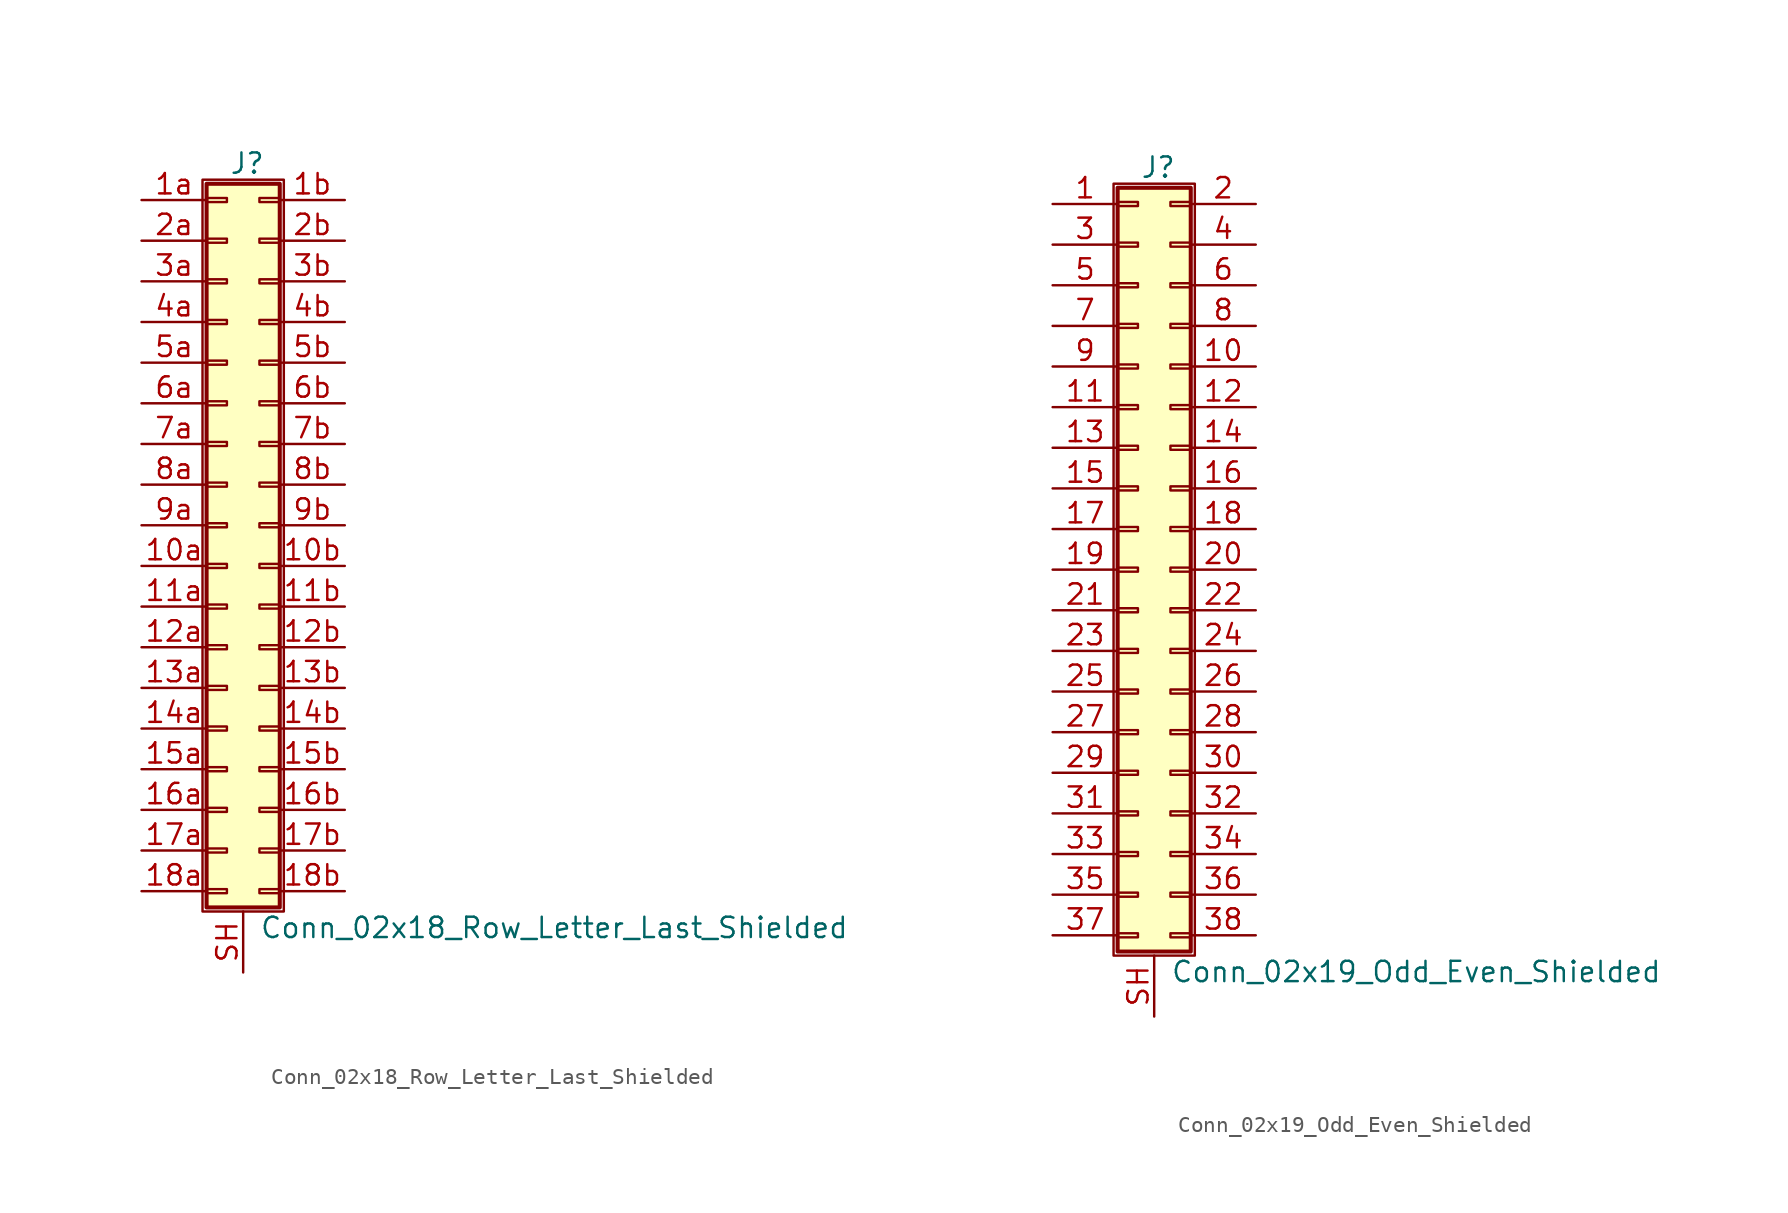
<source format=kicad_sym>
(kicad_symbol_lib
  (version 20201005)
  (generator kicad_symbol_editor)
  (symbol "Conn_02x18_Row_Letter_Last_Shielded"
    (pin_names
      (offset 1.016) hide)
    (property "Reference" "J"
      (at 1.524 22.606 0)
      (effects (font (size 1.27 1.27))))
    (property "Value" "Conn_02x18_Row_Letter_Last_Shielded"
      (at 2.286 -25.146 0)
      (effects (font (size 1.27 1.27)) (justify left)))
    (symbol "Conn_02x18_Row_Letter_Last_Shielded_1_1"
      (rectangle (start -1.27 21.59) (end 3.81 -24.13) (stroke (width 0.152)) (fill (type none)))
      (rectangle (start -1.016 -22.733) (end 0.254 -22.987) (stroke (width 0.152)) (fill (type none)))
      (rectangle (start -1.016 -20.193) (end 0.254 -20.447) (stroke (width 0.152)) (fill (type none)))
      (rectangle (start -1.016 -17.653) (end 0.254 -17.907) (stroke (width 0.152)) (fill (type none)))
      (rectangle (start -1.016 -15.113) (end 0.254 -15.367) (stroke (width 0.152)) (fill (type none)))
      (rectangle (start -1.016 -12.573) (end 0.254 -12.827) (stroke (width 0.152)) (fill (type none)))
      (rectangle (start -1.016 -10.033) (end 0.254 -10.287) (stroke (width 0.152)) (fill (type none)))
      (rectangle (start -1.016 -7.493) (end 0.254 -7.747) (stroke (width 0.152)) (fill (type none)))
      (rectangle (start -1.016 -4.953) (end 0.254 -5.207) (stroke (width 0.152)) (fill (type none)))
      (rectangle (start -1.016 -2.413) (end 0.254 -2.667) (stroke (width 0.152)) (fill (type none)))
      (rectangle (start -1.016 0.127) (end 0.254 -0.127) (stroke (width 0.152)) (fill (type none)))
      (rectangle (start -1.016 2.667) (end 0.254 2.413) (stroke (width 0.152)) (fill (type none)))
      (rectangle (start -1.016 5.207) (end 0.254 4.953) (stroke (width 0.152)) (fill (type none)))
      (rectangle (start -1.016 7.747) (end 0.254 7.493) (stroke (width 0.152)) (fill (type none)))
      (rectangle (start -1.016 10.287) (end 0.254 10.033) (stroke (width 0.152)) (fill (type none)))
      (rectangle (start -1.016 12.827) (end 0.254 12.573) (stroke (width 0.152)) (fill (type none)))
      (rectangle (start -1.016 15.367) (end 0.254 15.113) (stroke (width 0.152)) (fill (type none)))
      (rectangle (start -1.016 17.907) (end 0.254 17.653) (stroke (width 0.152)) (fill (type none)))
      (rectangle (start -1.016 20.447) (end 0.254 20.193) (stroke (width 0.152)) (fill (type none)))
      (rectangle (start -1.016 21.336) (end 3.556 -23.876) (stroke (width 0.254)) (fill (type background)))
      (rectangle (start 3.556 -22.733) (end 2.286 -22.987) (stroke (width 0.152)) (fill (type none)))
      (rectangle (start 3.556 -20.193) (end 2.286 -20.447) (stroke (width 0.152)) (fill (type none)))
      (rectangle (start 3.556 -17.653) (end 2.286 -17.907) (stroke (width 0.152)) (fill (type none)))
      (rectangle (start 3.556 -15.113) (end 2.286 -15.367) (stroke (width 0.152)) (fill (type none)))
      (rectangle (start 3.556 -12.573) (end 2.286 -12.827) (stroke (width 0.152)) (fill (type none)))
      (rectangle (start 3.556 -10.033) (end 2.286 -10.287) (stroke (width 0.152)) (fill (type none)))
      (rectangle (start 3.556 -7.493) (end 2.286 -7.747) (stroke (width 0.152)) (fill (type none)))
      (rectangle (start 3.556 -4.953) (end 2.286 -5.207) (stroke (width 0.152)) (fill (type none)))
      (rectangle (start 3.556 -2.413) (end 2.286 -2.667) (stroke (width 0.152)) (fill (type none)))
      (rectangle (start 3.556 0.127) (end 2.286 -0.127) (stroke (width 0.152)) (fill (type none)))
      (rectangle (start 3.556 2.667) (end 2.286 2.413) (stroke (width 0.152)) (fill (type none)))
      (rectangle (start 3.556 5.207) (end 2.286 4.953) (stroke (width 0.152)) (fill (type none)))
      (rectangle (start 3.556 7.747) (end 2.286 7.493) (stroke (width 0.152)) (fill (type none)))
      (rectangle (start 3.556 10.287) (end 2.286 10.033) (stroke (width 0.152)) (fill (type none)))
      (rectangle (start 3.556 12.827) (end 2.286 12.573) (stroke (width 0.152)) (fill (type none)))
      (rectangle (start 3.556 15.367) (end 2.286 15.113) (stroke (width 0.152)) (fill (type none)))
      (rectangle (start 3.556 17.907) (end 2.286 17.653) (stroke (width 0.152)) (fill (type none)))
      (rectangle (start 3.556 20.447) (end 2.286 20.193) (stroke (width 0.152)) (fill (type none)))
      (pin passive line (at -5.08 -2.54 0) (length 4.064) (name "Pin_10a" (effects (font (size 1.27 1.27)))) (number "10a" (effects (font (size 1.27 1.27)))))
      (pin passive line (at 7.62 -2.54 180) (length 4.064) (name "Pin_10b" (effects (font (size 1.27 1.27)))) (number "10b" (effects (font (size 1.27 1.27)))))
      (pin passive line (at -5.08 -5.08 0) (length 4.064) (name "Pin_11a" (effects (font (size 1.27 1.27)))) (number "11a" (effects (font (size 1.27 1.27)))))
      (pin passive line (at 7.62 -5.08 180) (length 4.064) (name "Pin_11b" (effects (font (size 1.27 1.27)))) (number "11b" (effects (font (size 1.27 1.27)))))
      (pin passive line (at -5.08 -7.62 0) (length 4.064) (name "Pin_12a" (effects (font (size 1.27 1.27)))) (number "12a" (effects (font (size 1.27 1.27)))))
      (pin passive line (at 7.62 -7.62 180) (length 4.064) (name "Pin_12b" (effects (font (size 1.27 1.27)))) (number "12b" (effects (font (size 1.27 1.27)))))
      (pin passive line (at -5.08 -10.16 0) (length 4.064) (name "Pin_13a" (effects (font (size 1.27 1.27)))) (number "13a" (effects (font (size 1.27 1.27)))))
      (pin passive line (at 7.62 -10.16 180) (length 4.064) (name "Pin_13b" (effects (font (size 1.27 1.27)))) (number "13b" (effects (font (size 1.27 1.27)))))
      (pin passive line (at -5.08 -12.7 0) (length 4.064) (name "Pin_14a" (effects (font (size 1.27 1.27)))) (number "14a" (effects (font (size 1.27 1.27)))))
      (pin passive line (at 7.62 -12.7 180) (length 4.064) (name "Pin_14b" (effects (font (size 1.27 1.27)))) (number "14b" (effects (font (size 1.27 1.27)))))
      (pin passive line (at -5.08 -15.24 0) (length 4.064) (name "Pin_15a" (effects (font (size 1.27 1.27)))) (number "15a" (effects (font (size 1.27 1.27)))))
      (pin passive line (at 7.62 -15.24 180) (length 4.064) (name "Pin_15b" (effects (font (size 1.27 1.27)))) (number "15b" (effects (font (size 1.27 1.27)))))
      (pin passive line (at -5.08 -17.78 0) (length 4.064) (name "Pin_16a" (effects (font (size 1.27 1.27)))) (number "16a" (effects (font (size 1.27 1.27)))))
      (pin passive line (at 7.62 -17.78 180) (length 4.064) (name "Pin_16b" (effects (font (size 1.27 1.27)))) (number "16b" (effects (font (size 1.27 1.27)))))
      (pin passive line (at -5.08 -20.32 0) (length 4.064) (name "Pin_17a" (effects (font (size 1.27 1.27)))) (number "17a" (effects (font (size 1.27 1.27)))))
      (pin passive line (at 7.62 -20.32 180) (length 4.064) (name "Pin_17b" (effects (font (size 1.27 1.27)))) (number "17b" (effects (font (size 1.27 1.27)))))
      (pin passive line (at -5.08 -22.86 0) (length 4.064) (name "Pin_18a" (effects (font (size 1.27 1.27)))) (number "18a" (effects (font (size 1.27 1.27)))))
      (pin passive line (at 7.62 -22.86 180) (length 4.064) (name "Pin_18b" (effects (font (size 1.27 1.27)))) (number "18b" (effects (font (size 1.27 1.27)))))
      (pin passive line (at -5.08 20.32 0) (length 4.064) (name "Pin_1a" (effects (font (size 1.27 1.27)))) (number "1a" (effects (font (size 1.27 1.27)))))
      (pin passive line (at 7.62 20.32 180) (length 4.064) (name "Pin_1b" (effects (font (size 1.27 1.27)))) (number "1b" (effects (font (size 1.27 1.27)))))
      (pin passive line (at -5.08 17.78 0) (length 4.064) (name "Pin_2a" (effects (font (size 1.27 1.27)))) (number "2a" (effects (font (size 1.27 1.27)))))
      (pin passive line (at 7.62 17.78 180) (length 4.064) (name "Pin_2b" (effects (font (size 1.27 1.27)))) (number "2b" (effects (font (size 1.27 1.27)))))
      (pin passive line (at -5.08 15.24 0) (length 4.064) (name "Pin_3a" (effects (font (size 1.27 1.27)))) (number "3a" (effects (font (size 1.27 1.27)))))
      (pin passive line (at 7.62 15.24 180) (length 4.064) (name "Pin_3b" (effects (font (size 1.27 1.27)))) (number "3b" (effects (font (size 1.27 1.27)))))
      (pin passive line (at -5.08 12.7 0) (length 4.064) (name "Pin_4a" (effects (font (size 1.27 1.27)))) (number "4a" (effects (font (size 1.27 1.27)))))
      (pin passive line (at 7.62 12.7 180) (length 4.064) (name "Pin_4b" (effects (font (size 1.27 1.27)))) (number "4b" (effects (font (size 1.27 1.27)))))
      (pin passive line (at -5.08 10.16 0) (length 4.064) (name "Pin_5a" (effects (font (size 1.27 1.27)))) (number "5a" (effects (font (size 1.27 1.27)))))
      (pin passive line (at 7.62 10.16 180) (length 4.064) (name "Pin_5b" (effects (font (size 1.27 1.27)))) (number "5b" (effects (font (size 1.27 1.27)))))
      (pin passive line (at -5.08 7.62 0) (length 4.064) (name "Pin_6a" (effects (font (size 1.27 1.27)))) (number "6a" (effects (font (size 1.27 1.27)))))
      (pin passive line (at 7.62 7.62 180) (length 4.064) (name "Pin_6b" (effects (font (size 1.27 1.27)))) (number "6b" (effects (font (size 1.27 1.27)))))
      (pin passive line (at -5.08 5.08 0) (length 4.064) (name "Pin_7a" (effects (font (size 1.27 1.27)))) (number "7a" (effects (font (size 1.27 1.27)))))
      (pin passive line (at 7.62 5.08 180) (length 4.064) (name "Pin_7b" (effects (font (size 1.27 1.27)))) (number "7b" (effects (font (size 1.27 1.27)))))
      (pin passive line (at -5.08 2.54 0) (length 4.064) (name "Pin_8a" (effects (font (size 1.27 1.27)))) (number "8a" (effects (font (size 1.27 1.27)))))
      (pin passive line (at 7.62 2.54 180) (length 4.064) (name "Pin_8b" (effects (font (size 1.27 1.27)))) (number "8b" (effects (font (size 1.27 1.27)))))
      (pin passive line (at -5.08 0 0) (length 4.064) (name "Pin_9a" (effects (font (size 1.27 1.27)))) (number "9a" (effects (font (size 1.27 1.27)))))
      (pin passive line (at 7.62 0 180) (length 4.064) (name "Pin_9b" (effects (font (size 1.27 1.27)))) (number "9b" (effects (font (size 1.27 1.27)))))
      (pin passive line (at 1.27 -27.94 90) (length 3.81) (name "Shield" (effects (font (size 1.27 1.27)))) (number "SH" (effects (font (size 1.27 1.27)))))))
  (symbol "Conn_02x19_Odd_Even_Shielded"
    (pin_names
      (offset 1.016) hide)
    (property "Reference" "J"
      (at 1.524 25.146 0)
      (effects (font (size 1.27 1.27))))
    (property "Value" "Conn_02x19_Odd_Even_Shielded"
      (at 2.286 -25.146 0)
      (effects (font (size 1.27 1.27)) (justify left)))
    (symbol "Conn_02x19_Odd_Even_Shielded_1_1"
      (rectangle (start -1.27 24.13) (end 3.81 -24.13) (stroke (width 0.152)) (fill (type none)))
      (rectangle (start -1.016 -22.733) (end 0.254 -22.987) (stroke (width 0.152)) (fill (type none)))
      (rectangle (start -1.016 -20.193) (end 0.254 -20.447) (stroke (width 0.152)) (fill (type none)))
      (rectangle (start -1.016 -17.653) (end 0.254 -17.907) (stroke (width 0.152)) (fill (type none)))
      (rectangle (start -1.016 -15.113) (end 0.254 -15.367) (stroke (width 0.152)) (fill (type none)))
      (rectangle (start -1.016 -12.573) (end 0.254 -12.827) (stroke (width 0.152)) (fill (type none)))
      (rectangle (start -1.016 -10.033) (end 0.254 -10.287) (stroke (width 0.152)) (fill (type none)))
      (rectangle (start -1.016 -7.493) (end 0.254 -7.747) (stroke (width 0.152)) (fill (type none)))
      (rectangle (start -1.016 -4.953) (end 0.254 -5.207) (stroke (width 0.152)) (fill (type none)))
      (rectangle (start -1.016 -2.413) (end 0.254 -2.667) (stroke (width 0.152)) (fill (type none)))
      (rectangle (start -1.016 0.127) (end 0.254 -0.127) (stroke (width 0.152)) (fill (type none)))
      (rectangle (start -1.016 2.667) (end 0.254 2.413) (stroke (width 0.152)) (fill (type none)))
      (rectangle (start -1.016 5.207) (end 0.254 4.953) (stroke (width 0.152)) (fill (type none)))
      (rectangle (start -1.016 7.747) (end 0.254 7.493) (stroke (width 0.152)) (fill (type none)))
      (rectangle (start -1.016 10.287) (end 0.254 10.033) (stroke (width 0.152)) (fill (type none)))
      (rectangle (start -1.016 12.827) (end 0.254 12.573) (stroke (width 0.152)) (fill (type none)))
      (rectangle (start -1.016 15.367) (end 0.254 15.113) (stroke (width 0.152)) (fill (type none)))
      (rectangle (start -1.016 17.907) (end 0.254 17.653) (stroke (width 0.152)) (fill (type none)))
      (rectangle (start -1.016 20.447) (end 0.254 20.193) (stroke (width 0.152)) (fill (type none)))
      (rectangle (start -1.016 22.987) (end 0.254 22.733) (stroke (width 0.152)) (fill (type none)))
      (rectangle (start -1.016 23.876) (end 3.556 -23.876) (stroke (width 0.254)) (fill (type background)))
      (rectangle (start 3.556 -22.733) (end 2.286 -22.987) (stroke (width 0.152)) (fill (type none)))
      (rectangle (start 3.556 -20.193) (end 2.286 -20.447) (stroke (width 0.152)) (fill (type none)))
      (rectangle (start 3.556 -17.653) (end 2.286 -17.907) (stroke (width 0.152)) (fill (type none)))
      (rectangle (start 3.556 -15.113) (end 2.286 -15.367) (stroke (width 0.152)) (fill (type none)))
      (rectangle (start 3.556 -12.573) (end 2.286 -12.827) (stroke (width 0.152)) (fill (type none)))
      (rectangle (start 3.556 -10.033) (end 2.286 -10.287) (stroke (width 0.152)) (fill (type none)))
      (rectangle (start 3.556 -7.493) (end 2.286 -7.747) (stroke (width 0.152)) (fill (type none)))
      (rectangle (start 3.556 -4.953) (end 2.286 -5.207) (stroke (width 0.152)) (fill (type none)))
      (rectangle (start 3.556 -2.413) (end 2.286 -2.667) (stroke (width 0.152)) (fill (type none)))
      (rectangle (start 3.556 0.127) (end 2.286 -0.127) (stroke (width 0.152)) (fill (type none)))
      (rectangle (start 3.556 2.667) (end 2.286 2.413) (stroke (width 0.152)) (fill (type none)))
      (rectangle (start 3.556 5.207) (end 2.286 4.953) (stroke (width 0.152)) (fill (type none)))
      (rectangle (start 3.556 7.747) (end 2.286 7.493) (stroke (width 0.152)) (fill (type none)))
      (rectangle (start 3.556 10.287) (end 2.286 10.033) (stroke (width 0.152)) (fill (type none)))
      (rectangle (start 3.556 12.827) (end 2.286 12.573) (stroke (width 0.152)) (fill (type none)))
      (rectangle (start 3.556 15.367) (end 2.286 15.113) (stroke (width 0.152)) (fill (type none)))
      (rectangle (start 3.556 17.907) (end 2.286 17.653) (stroke (width 0.152)) (fill (type none)))
      (rectangle (start 3.556 20.447) (end 2.286 20.193) (stroke (width 0.152)) (fill (type none)))
      (rectangle (start 3.556 22.987) (end 2.286 22.733) (stroke (width 0.152)) (fill (type none)))
      (pin passive line (at -5.08 22.86 0) (length 4.064) (name "Pin_1" (effects (font (size 1.27 1.27)))) (number "1" (effects (font (size 1.27 1.27)))))
      (pin passive line (at 7.62 12.7 180) (length 4.064) (name "Pin_10" (effects (font (size 1.27 1.27)))) (number "10" (effects (font (size 1.27 1.27)))))
      (pin passive line (at -5.08 10.16 0) (length 4.064) (name "Pin_11" (effects (font (size 1.27 1.27)))) (number "11" (effects (font (size 1.27 1.27)))))
      (pin passive line (at 7.62 10.16 180) (length 4.064) (name "Pin_12" (effects (font (size 1.27 1.27)))) (number "12" (effects (font (size 1.27 1.27)))))
      (pin passive line (at -5.08 7.62 0) (length 4.064) (name "Pin_13" (effects (font (size 1.27 1.27)))) (number "13" (effects (font (size 1.27 1.27)))))
      (pin passive line (at 7.62 7.62 180) (length 4.064) (name "Pin_14" (effects (font (size 1.27 1.27)))) (number "14" (effects (font (size 1.27 1.27)))))
      (pin passive line (at -5.08 5.08 0) (length 4.064) (name "Pin_15" (effects (font (size 1.27 1.27)))) (number "15" (effects (font (size 1.27 1.27)))))
      (pin passive line (at 7.62 5.08 180) (length 4.064) (name "Pin_16" (effects (font (size 1.27 1.27)))) (number "16" (effects (font (size 1.27 1.27)))))
      (pin passive line (at -5.08 2.54 0) (length 4.064) (name "Pin_17" (effects (font (size 1.27 1.27)))) (number "17" (effects (font (size 1.27 1.27)))))
      (pin passive line (at 7.62 2.54 180) (length 4.064) (name "Pin_18" (effects (font (size 1.27 1.27)))) (number "18" (effects (font (size 1.27 1.27)))))
      (pin passive line (at -5.08 0 0) (length 4.064) (name "Pin_19" (effects (font (size 1.27 1.27)))) (number "19" (effects (font (size 1.27 1.27)))))
      (pin passive line (at 7.62 22.86 180) (length 4.064) (name "Pin_2" (effects (font (size 1.27 1.27)))) (number "2" (effects (font (size 1.27 1.27)))))
      (pin passive line (at 7.62 0 180) (length 4.064) (name "Pin_20" (effects (font (size 1.27 1.27)))) (number "20" (effects (font (size 1.27 1.27)))))
      (pin passive line (at -5.08 -2.54 0) (length 4.064) (name "Pin_21" (effects (font (size 1.27 1.27)))) (number "21" (effects (font (size 1.27 1.27)))))
      (pin passive line (at 7.62 -2.54 180) (length 4.064) (name "Pin_22" (effects (font (size 1.27 1.27)))) (number "22" (effects (font (size 1.27 1.27)))))
      (pin passive line (at -5.08 -5.08 0) (length 4.064) (name "Pin_23" (effects (font (size 1.27 1.27)))) (number "23" (effects (font (size 1.27 1.27)))))
      (pin passive line (at 7.62 -5.08 180) (length 4.064) (name "Pin_24" (effects (font (size 1.27 1.27)))) (number "24" (effects (font (size 1.27 1.27)))))
      (pin passive line (at -5.08 -7.62 0) (length 4.064) (name "Pin_25" (effects (font (size 1.27 1.27)))) (number "25" (effects (font (size 1.27 1.27)))))
      (pin passive line (at 7.62 -7.62 180) (length 4.064) (name "Pin_26" (effects (font (size 1.27 1.27)))) (number "26" (effects (font (size 1.27 1.27)))))
      (pin passive line (at -5.08 -10.16 0) (length 4.064) (name "Pin_27" (effects (font (size 1.27 1.27)))) (number "27" (effects (font (size 1.27 1.27)))))
      (pin passive line (at 7.62 -10.16 180) (length 4.064) (name "Pin_28" (effects (font (size 1.27 1.27)))) (number "28" (effects (font (size 1.27 1.27)))))
      (pin passive line (at -5.08 -12.7 0) (length 4.064) (name "Pin_29" (effects (font (size 1.27 1.27)))) (number "29" (effects (font (size 1.27 1.27)))))
      (pin passive line (at -5.08 20.32 0) (length 4.064) (name "Pin_3" (effects (font (size 1.27 1.27)))) (number "3" (effects (font (size 1.27 1.27)))))
      (pin passive line (at 7.62 -12.7 180) (length 4.064) (name "Pin_30" (effects (font (size 1.27 1.27)))) (number "30" (effects (font (size 1.27 1.27)))))
      (pin passive line (at -5.08 -15.24 0) (length 4.064) (name "Pin_31" (effects (font (size 1.27 1.27)))) (number "31" (effects (font (size 1.27 1.27)))))
      (pin passive line (at 7.62 -15.24 180) (length 4.064) (name "Pin_32" (effects (font (size 1.27 1.27)))) (number "32" (effects (font (size 1.27 1.27)))))
      (pin passive line (at -5.08 -17.78 0) (length 4.064) (name "Pin_33" (effects (font (size 1.27 1.27)))) (number "33" (effects (font (size 1.27 1.27)))))
      (pin passive line (at 7.62 -17.78 180) (length 4.064) (name "Pin_34" (effects (font (size 1.27 1.27)))) (number "34" (effects (font (size 1.27 1.27)))))
      (pin passive line (at -5.08 -20.32 0) (length 4.064) (name "Pin_35" (effects (font (size 1.27 1.27)))) (number "35" (effects (font (size 1.27 1.27)))))
      (pin passive line (at 7.62 -20.32 180) (length 4.064) (name "Pin_36" (effects (font (size 1.27 1.27)))) (number "36" (effects (font (size 1.27 1.27)))))
      (pin passive line (at -5.08 -22.86 0) (length 4.064) (name "Pin_37" (effects (font (size 1.27 1.27)))) (number "37" (effects (font (size 1.27 1.27)))))
      (pin passive line (at 7.62 -22.86 180) (length 4.064) (name "Pin_38" (effects (font (size 1.27 1.27)))) (number "38" (effects (font (size 1.27 1.27)))))
      (pin passive line (at 7.62 20.32 180) (length 4.064) (name "Pin_4" (effects (font (size 1.27 1.27)))) (number "4" (effects (font (size 1.27 1.27)))))
      (pin passive line (at -5.08 17.78 0) (length 4.064) (name "Pin_5" (effects (font (size 1.27 1.27)))) (number "5" (effects (font (size 1.27 1.27)))))
      (pin passive line (at 7.62 17.78 180) (length 4.064) (name "Pin_6" (effects (font (size 1.27 1.27)))) (number "6" (effects (font (size 1.27 1.27)))))
      (pin passive line (at -5.08 15.24 0) (length 4.064) (name "Pin_7" (effects (font (size 1.27 1.27)))) (number "7" (effects (font (size 1.27 1.27)))))
      (pin passive line (at 7.62 15.24 180) (length 4.064) (name "Pin_8" (effects (font (size 1.27 1.27)))) (number "8" (effects (font (size 1.27 1.27)))))
      (pin passive line (at -5.08 12.7 0) (length 4.064) (name "Pin_9" (effects (font (size 1.27 1.27)))) (number "9" (effects (font (size 1.27 1.27)))))
      (pin passive line (at 1.27 -27.94 90) (length 3.81) (name "Shield" (effects (font (size 1.27 1.27)))) (number "SH" (effects (font (size 1.27 1.27))))))))
</source>
